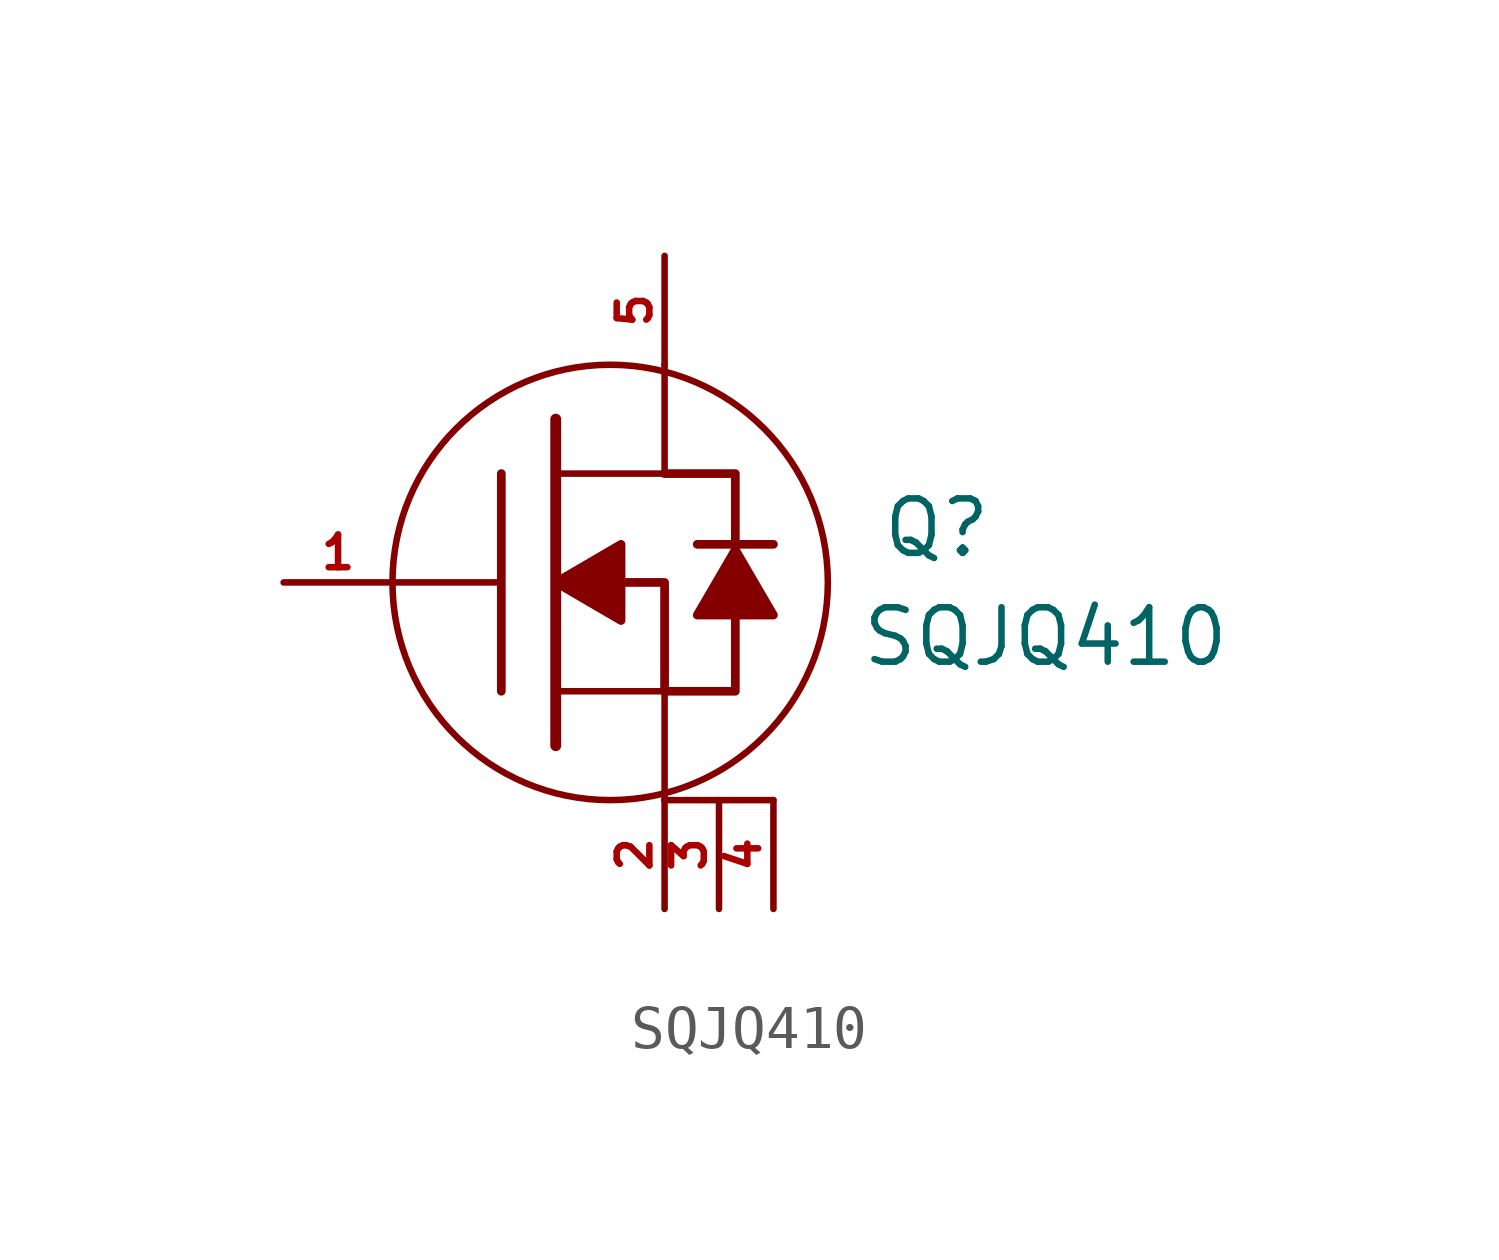
<source format=kicad_sym>
(kicad_symbol_lib
  (version 20211014)
  (generator kicad_symbol_editor)
  (symbol "SQJQ410"
    (pin_names
      (offset 1.016) hide)
    (property "Reference" "Q"
      (at 7.62 1.27 0)
      (effects (font (size 1.27 1.27))))
    (property "Value" "SQJQ410"
      (at 10.16 -1.27 0)
      (effects (font (size 1.27 1.27))))
    (symbol "SQJQ410_0_1"
      (polyline (pts (xy 3.81 -5.08) (xy 1.27 -5.08)) (stroke (width 0) (type default) (color 0 0 0 0)) (fill (type none))))
    (symbol "SQJQ410_1_1"
      (polyline (pts (xy -5.08 0) (xy -2.54 0)) (stroke (width 0) (type default) (color 0 0 0 0)) (fill (type none)))
      (polyline (pts (xy -2.54 -2.54) (xy -2.54 2.54)) (stroke (width 0.203) (type default) (color 0 0 0 0)) (fill (type none)))
      (polyline (pts (xy -1.27 -3.81) (xy -1.27 3.81)) (stroke (width 0.254) (type default) (color 0 0 0 0)) (fill (type none)))
      (polyline (pts (xy 1.27 -5.08) (xy 1.27 -2.54)) (stroke (width 0) (type default) (color 0 0 0 0)) (fill (type none)))
      (polyline (pts (xy 1.27 -2.54) (xy -1.27 -2.54)) (stroke (width 0) (type default) (color 0 0 0 0)) (fill (type none)))
      (polyline (pts (xy 1.27 2.54) (xy -1.27 2.54)) (stroke (width 0) (type default) (color 0 0 0 0)) (fill (type none)))
      (polyline (pts (xy 1.27 5.08) (xy 1.27 2.54)) (stroke (width 0) (type default) (color 0 0 0 0)) (fill (type none)))
      (polyline (pts (xy 3.81 0.889) (xy 2.032 0.889)) (stroke (width 0.203) (type default) (color 0 0 0 0)) (fill (type none)))
      (polyline (pts (xy 1.27 -2.54) (xy 1.27 0) (xy 0 0)) (stroke (width 0.203) (type default) (color 0 0 0 0)) (fill (type none)))
      (polyline (pts (xy 0.254 0.889) (xy 0.254 -0.889) (xy -1.27 0) (xy 0.254 0.889)) (stroke (width 0.203) (type default) (color 0 0 0 0)) (fill (type outline)))
      (polyline (pts (xy 1.27 -2.54) (xy 2.921 -2.54) (xy 2.921 2.54) (xy 1.27 2.54)) (stroke (width 0.203) (type default) (color 0 0 0 0)) (fill (type none)))
      (polyline (pts (xy 2.032 -0.762) (xy 3.81 -0.762) (xy 2.921 0.762) (xy 2.032 -0.762)) (stroke (width 0.203) (type default) (color 0 0 0 0)) (fill (type outline)))
      (circle (center 0 0) (radius 5.08) (stroke (width 0) (type default) (color 0 0 0 0)) (fill (type none)))
      (pin input line (at -7.62 0 0) (length 2.54) (name "G" (effects (font (size 1.016 1.016)))) (number "1" (effects (font (size 0.762 0.762)))))
      (pin passive line (at 1.27 -7.62 90) (length 2.54) (name "S" (effects (font (size 1.016 1.016)))) (number "2" (effects (font (size 0.762 0.762)))))
      (pin passive line (at 2.54 -7.62 90) (length 2.54) (name "S" (effects (font (size 1.016 1.016)))) (number "3" (effects (font (size 0.762 0.762)))))
      (pin passive line (at 3.81 -7.62 90) (length 2.54) (name "S" (effects (font (size 1.016 1.016)))) (number "4" (effects (font (size 0.762 0.762)))))
      (pin passive line (at 1.27 7.62 270) (length 2.54) (name "D" (effects (font (size 1.016 1.016)))) (number "5" (effects (font (size 0.762 0.762))))))))
</source>
